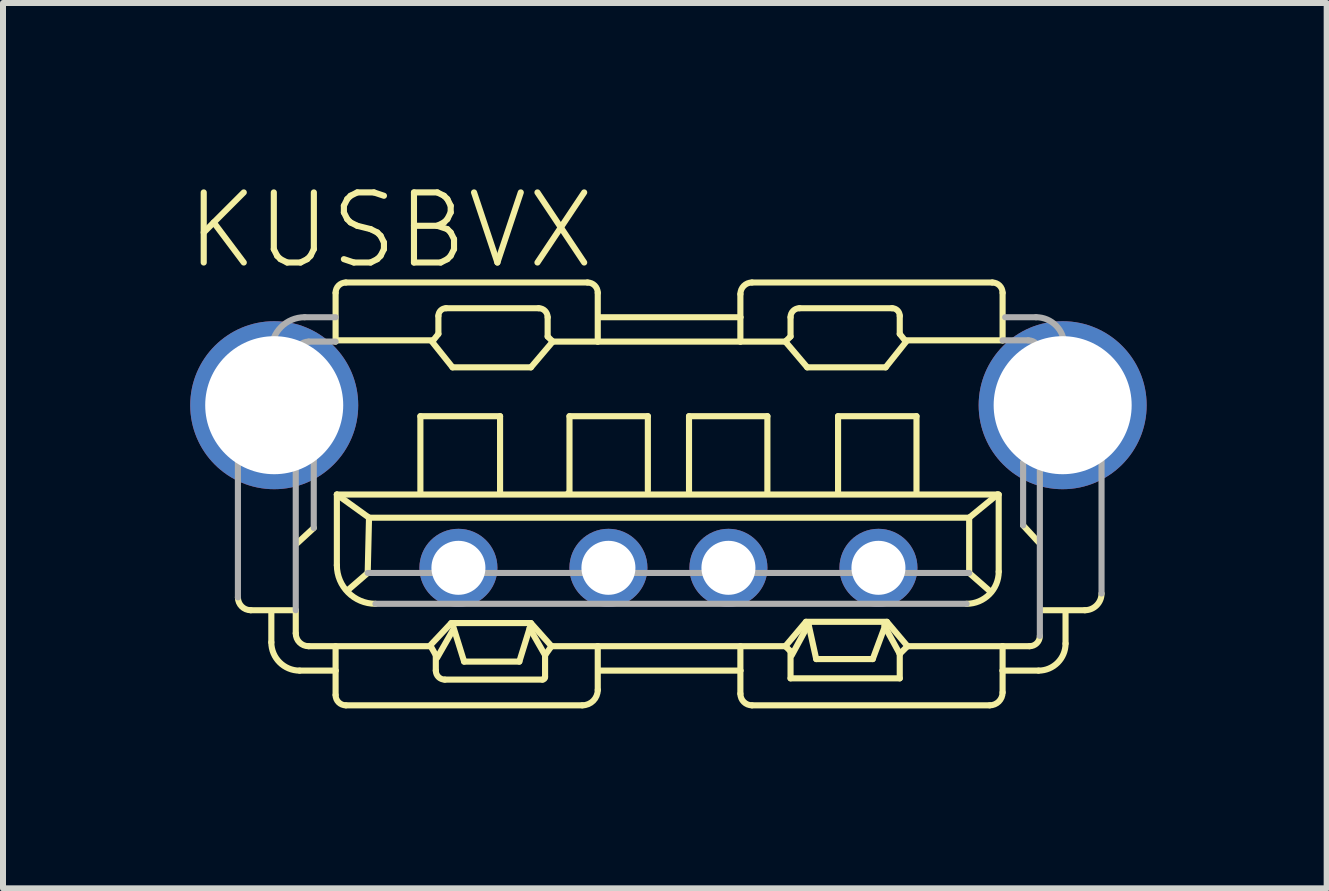
<source format=kicad_pcb>
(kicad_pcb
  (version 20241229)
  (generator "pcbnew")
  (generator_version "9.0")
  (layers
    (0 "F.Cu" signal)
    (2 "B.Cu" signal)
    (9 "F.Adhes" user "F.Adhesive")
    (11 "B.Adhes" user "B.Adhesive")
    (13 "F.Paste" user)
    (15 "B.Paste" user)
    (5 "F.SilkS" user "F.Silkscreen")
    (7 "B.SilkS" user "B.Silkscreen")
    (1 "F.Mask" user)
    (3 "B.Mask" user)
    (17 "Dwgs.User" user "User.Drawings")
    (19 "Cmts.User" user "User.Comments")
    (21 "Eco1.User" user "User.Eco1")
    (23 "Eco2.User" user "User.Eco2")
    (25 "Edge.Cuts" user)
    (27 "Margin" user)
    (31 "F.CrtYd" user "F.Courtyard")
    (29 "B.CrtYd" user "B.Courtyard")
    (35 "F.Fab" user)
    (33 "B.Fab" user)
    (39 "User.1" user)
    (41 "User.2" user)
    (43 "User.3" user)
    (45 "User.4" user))
  (footprint "KUSBVX"
    (layer "F.Cu")
    (at 8.09 6.413)
    (property "Reference" "KUSBVX" (at -8.09 -4.94 0) (layer "F.SilkS") (effects (font (size 1.168 1.168) (thickness 0.102)) (justify left bottom)))
    (fp_line (start -6.961 0.707) (end -6.211 0.707) (stroke (width 0.102) (type solid)) (layer "F.SilkS"))
    (fp_line (start -6.618 1.242) (end -6.618 0.728) (stroke (width 0.102) (type solid)) (layer "F.SilkS"))
    (fp_line (start -6.211 0.707) (end -6.211 1.092) (stroke (width 0.102) (type solid)) (layer "F.SilkS"))
    (fp_line (start -5.997 1.306) (end -3.962 1.306) (stroke (width 0.102) (type solid)) (layer "F.SilkS"))
    (fp_line (start -5.911 -0.664) (end -6.19 -0.407) (stroke (width 0.102) (type solid)) (layer "F.SilkS"))
    (fp_line (start -5.547 -3.791) (end -3.92 -3.791) (stroke (width 0.102) (type solid)) (layer "F.SilkS"))
    (fp_line (start -5.547 -3.77) (end -5.547 -4.583) (stroke (width 0.102) (type solid)) (layer "F.SilkS"))
    (fp_line (start -5.547 1.713) (end -6.147 1.713) (stroke (width 0.102) (type solid)) (layer "F.SilkS"))
    (fp_line (start -5.547 1.713) (end -5.547 1.306) (stroke (width 0.102) (type solid)) (layer "F.SilkS"))
    (fp_line (start -5.547 2.12) (end -5.547 1.713) (stroke (width 0.102) (type solid)) (layer "F.SilkS"))
    (fp_line (start -5.526 -1.221) (end -4.99 -0.835) (stroke (width 0.102) (type solid)) (layer "F.SilkS"))
    (fp_line (start -5.526 -1.221) (end 5.483 -1.221) (stroke (width 0.102) (type solid)) (layer "F.SilkS"))
    (fp_line (start -5.526 -0.043) (end -5.526 -1.221) (stroke (width 0.102) (type solid)) (layer "F.SilkS"))
    (fp_line (start -5.376 -4.755) (end -1.349 -4.755) (stroke (width 0.102) (type solid)) (layer "F.SilkS"))
    (fp_line (start -5.012 0.086) (end -5.333 0.364) (stroke (width 0.102) (type solid)) (layer "F.SilkS"))
    (fp_line (start -4.99 -0.835) (end -5.012 0.086) (stroke (width 0.102) (type solid)) (layer "F.SilkS"))
    (fp_line (start -4.99 -0.835) (end 5.012 -0.835) (stroke (width 0.102) (type solid)) (layer "F.SilkS"))
    (fp_line (start -4.134 -2.527) (end -2.806 -2.527) (stroke (width 0.102) (type solid)) (layer "F.SilkS"))
    (fp_line (start -4.134 -1.264) (end -4.134 -2.527) (stroke (width 0.102) (type solid)) (layer "F.SilkS"))
    (fp_line (start -3.962 1.306) (end -3.962 1.306) (stroke (width 0.102) (type solid)) (layer "F.SilkS"))
    (fp_line (start -3.962 1.306) (end -3.877 1.456) (stroke (width 0.102) (type solid)) (layer "F.SilkS"))
    (fp_line (start -3.962 1.285) (end -3.62 0.921) (stroke (width 0.102) (type solid)) (layer "F.SilkS"))
    (fp_line (start -3.92 -3.791) (end -3.834 -3.898) (stroke (width 0.102) (type solid)) (layer "F.SilkS"))
    (fp_line (start -3.877 1.456) (end -3.877 1.713) (stroke (width 0.102) (type solid)) (layer "F.SilkS"))
    (fp_line (start -3.855 1.499) (end -3.598 1.05) (stroke (width 0.102) (type solid)) (layer "F.SilkS"))
    (fp_line (start -3.834 -3.898) (end -3.834 -4.198) (stroke (width 0.102) (type solid)) (layer "F.SilkS"))
    (fp_line (start -3.727 1.863) (end -2.099 1.863) (stroke (width 0.102) (type solid)) (layer "F.SilkS"))
    (fp_line (start -3.705 -4.326) (end -2.163 -4.326) (stroke (width 0.102) (type solid)) (layer "F.SilkS"))
    (fp_line (start -3.62 0.921) (end -2.292 0.921) (stroke (width 0.102) (type solid)) (layer "F.SilkS"))
    (fp_line (start -3.598 -3.341) (end -3.941 -3.77) (stroke (width 0.102) (type solid)) (layer "F.SilkS"))
    (fp_line (start -3.405 1.563) (end -3.598 0.942) (stroke (width 0.102) (type solid)) (layer "F.SilkS"))
    (fp_line (start -2.806 -2.527) (end -2.806 -1.264) (stroke (width 0.102) (type solid)) (layer "F.SilkS"))
    (fp_line (start -2.485 1.563) (end -3.405 1.563) (stroke (width 0.102) (type solid)) (layer "F.SilkS"))
    (fp_line (start -2.313 1.007) (end -2.485 1.563) (stroke (width 0.102) (type solid)) (layer "F.SilkS"))
    (fp_line (start -2.292 -3.341) (end -3.598 -3.341) (stroke (width 0.102) (type solid)) (layer "F.SilkS"))
    (fp_line (start -2.292 0.921) (end -1.949 1.306) (stroke (width 0.102) (type solid)) (layer "F.SilkS"))
    (fp_line (start -2.056 1.456) (end -2.313 1.007) (stroke (width 0.102) (type solid)) (layer "F.SilkS"))
    (fp_line (start -2.056 1.821) (end -2.056 1.456) (stroke (width 0.102) (type solid)) (layer "F.SilkS"))
    (fp_line (start -2.013 -4.176) (end -2.013 -3.855) (stroke (width 0.102) (type solid)) (layer "F.SilkS"))
    (fp_line (start -1.949 1.306) (end -2.056 1.456) (stroke (width 0.102) (type solid)) (layer "F.SilkS"))
    (fp_line (start -1.928 -3.77) (end -2.292 -3.341) (stroke (width 0.102) (type solid)) (layer "F.SilkS"))
    (fp_line (start -1.928 -3.77) (end -2.013 -3.855) (stroke (width 0.102) (type solid)) (layer "F.SilkS"))
    (fp_line (start -1.671 -1.242) (end -1.649 -1.242) (stroke (width 0.102) (type solid)) (layer "F.SilkS"))
    (fp_line (start -1.649 -2.527) (end -0.343 -2.527) (stroke (width 0.102) (type solid)) (layer "F.SilkS"))
    (fp_line (start -1.649 -1.242) (end -1.649 -2.527) (stroke (width 0.102) (type solid)) (layer "F.SilkS"))
    (fp_line (start -1.435 2.292) (end -5.376 2.292) (stroke (width 0.102) (type solid)) (layer "F.SilkS"))
    (fp_line (start -1.178 -4.583) (end -1.178 -3.77) (stroke (width 0.102) (type solid)) (layer "F.SilkS"))
    (fp_line (start -1.178 -3.77) (end -1.928 -3.77) (stroke (width 0.102) (type solid)) (layer "F.SilkS"))
    (fp_line (start -1.178 -3.77) (end 1.199 -3.77) (stroke (width 0.102) (type solid)) (layer "F.SilkS"))
    (fp_line (start -1.178 1.306) (end -1.949 1.306) (stroke (width 0.102) (type solid)) (layer "F.SilkS"))
    (fp_line (start -1.178 1.306) (end -1.178 2.035) (stroke (width 0.102) (type solid)) (layer "F.SilkS"))
    (fp_line (start -1.178 1.306) (end 1.949 1.306) (stroke (width 0.102) (type solid)) (layer "F.SilkS"))
    (fp_line (start -1.157 -4.176) (end 1.199 -4.176) (stroke (width 0.102) (type solid)) (layer "F.SilkS"))
    (fp_line (start -0.343 -2.527) (end -0.343 -1.285) (stroke (width 0.102) (type solid)) (layer "F.SilkS"))
    (fp_line (start 0.343 -2.527) (end 1.649 -2.527) (stroke (width 0.102) (type solid)) (layer "F.SilkS"))
    (fp_line (start 0.343 -1.264) (end 0.343 -2.527) (stroke (width 0.102) (type solid)) (layer "F.SilkS"))
    (fp_line (start 1.199 -4.176) (end 1.199 -4.562) (stroke (width 0.102) (type solid)) (layer "F.SilkS"))
    (fp_line (start 1.199 -4.176) (end 1.199 -3.77) (stroke (width 0.102) (type solid)) (layer "F.SilkS"))
    (fp_line (start 1.199 -3.77) (end 1.949 -3.77) (stroke (width 0.102) (type solid)) (layer "F.SilkS"))
    (fp_line (start 1.199 1.713) (end -1.157 1.713) (stroke (width 0.102) (type solid)) (layer "F.SilkS"))
    (fp_line (start 1.199 1.713) (end 1.199 1.306) (stroke (width 0.102) (type solid)) (layer "F.SilkS"))
    (fp_line (start 1.199 2.099) (end 1.199 1.713) (stroke (width 0.102) (type solid)) (layer "F.SilkS"))
    (fp_line (start 1.392 -4.755) (end 5.397 -4.755) (stroke (width 0.102) (type solid)) (layer "F.SilkS"))
    (fp_line (start 1.649 -2.527) (end 1.649 -1.242) (stroke (width 0.102) (type solid)) (layer "F.SilkS"))
    (fp_line (start 1.949 -3.77) (end 2.035 -3.855) (stroke (width 0.102) (type solid)) (layer "F.SilkS"))
    (fp_line (start 1.949 -3.77) (end 2.313 -3.341) (stroke (width 0.102) (type solid)) (layer "F.SilkS"))
    (fp_line (start 1.949 1.306) (end 2.292 0.9) (stroke (width 0.102) (type solid)) (layer "F.SilkS"))
    (fp_line (start 2.035 -4.176) (end 2.035 -3.855) (stroke (width 0.102) (type solid)) (layer "F.SilkS"))
    (fp_line (start 2.035 1.392) (end 1.949 1.306) (stroke (width 0.102) (type solid)) (layer "F.SilkS"))
    (fp_line (start 2.035 1.842) (end 2.035 1.392) (stroke (width 0.102) (type solid)) (layer "F.SilkS"))
    (fp_line (start 2.292 0.9) (end 3.641 0.9) (stroke (width 0.102) (type solid)) (layer "F.SilkS"))
    (fp_line (start 2.313 -3.341) (end 3.62 -3.341) (stroke (width 0.102) (type solid)) (layer "F.SilkS"))
    (fp_line (start 2.335 0.942) (end 2.056 1.456) (stroke (width 0.102) (type solid)) (layer "F.SilkS"))
    (fp_line (start 2.335 0.942) (end 2.463 1.521) (stroke (width 0.102) (type solid)) (layer "F.SilkS"))
    (fp_line (start 2.463 1.521) (end 3.405 1.521) (stroke (width 0.102) (type solid)) (layer "F.SilkS"))
    (fp_line (start 2.827 -2.527) (end 4.134 -2.527) (stroke (width 0.102) (type solid)) (layer "F.SilkS"))
    (fp_line (start 2.827 -1.242) (end 2.827 -2.527) (stroke (width 0.102) (type solid)) (layer "F.SilkS"))
    (fp_line (start 3.405 1.521) (end 3.62 0.942) (stroke (width 0.102) (type solid)) (layer "F.SilkS"))
    (fp_line (start 3.598 0.964) (end 3.855 1.435) (stroke (width 0.102) (type solid)) (layer "F.SilkS"))
    (fp_line (start 3.62 -3.341) (end 3.962 -3.77) (stroke (width 0.102) (type solid)) (layer "F.SilkS"))
    (fp_line (start 3.641 0.9) (end 3.984 1.306) (stroke (width 0.102) (type solid)) (layer "F.SilkS"))
    (fp_line (start 3.727 -4.326) (end 2.185 -4.326) (stroke (width 0.102) (type solid)) (layer "F.SilkS"))
    (fp_line (start 3.855 -3.898) (end 3.855 -4.198) (stroke (width 0.102) (type solid)) (layer "F.SilkS"))
    (fp_line (start 3.855 1.435) (end 3.855 1.842) (stroke (width 0.102) (type solid)) (layer "F.SilkS"))
    (fp_line (start 3.855 1.842) (end 2.035 1.842) (stroke (width 0.102) (type solid)) (layer "F.SilkS"))
    (fp_line (start 3.941 -3.791) (end 3.855 -3.898) (stroke (width 0.102) (type solid)) (layer "F.SilkS"))
    (fp_line (start 3.984 1.306) (end 3.855 1.435) (stroke (width 0.102) (type solid)) (layer "F.SilkS"))
    (fp_line (start 4.134 -2.527) (end 4.134 -1.242) (stroke (width 0.102) (type solid)) (layer "F.SilkS"))
    (fp_line (start 5.012 -0.835) (end 5.012 0.086) (stroke (width 0.102) (type solid)) (layer "F.SilkS"))
    (fp_line (start 5.012 -0.835) (end 5.483 -1.221) (stroke (width 0.102) (type solid)) (layer "F.SilkS"))
    (fp_line (start 5.012 0.086) (end 5.354 0.386) (stroke (width 0.102) (type solid)) (layer "F.SilkS"))
    (fp_line (start 5.354 2.292) (end 1.392 2.292) (stroke (width 0.102) (type solid)) (layer "F.SilkS"))
    (fp_line (start 5.483 -1.221) (end 5.504 -1.221) (stroke (width 0.102) (type solid)) (layer "F.SilkS"))
    (fp_line (start 5.504 -1.221) (end 5.504 0.064) (stroke (width 0.102) (type solid)) (layer "F.SilkS"))
    (fp_line (start 5.569 -4.583) (end 5.569 -3.791) (stroke (width 0.102) (type solid)) (layer "F.SilkS"))
    (fp_line (start 5.569 -3.791) (end 3.941 -3.791) (stroke (width 0.102) (type solid)) (layer "F.SilkS"))
    (fp_line (start 5.569 1.306) (end 3.984 1.306) (stroke (width 0.102) (type solid)) (layer "F.SilkS"))
    (fp_line (start 5.569 1.306) (end 5.569 1.713) (stroke (width 0.102) (type solid)) (layer "F.SilkS"))
    (fp_line (start 5.569 1.713) (end 5.569 2.078) (stroke (width 0.102) (type solid)) (layer "F.SilkS"))
    (fp_line (start 5.569 1.713) (end 6.168 1.713) (stroke (width 0.102) (type solid)) (layer "F.SilkS"))
    (fp_line (start 6.019 1.306) (end 5.569 1.306) (stroke (width 0.102) (type solid)) (layer "F.SilkS"))
    (fp_line (start 6.168 -0.428) (end 5.911 -0.707) (stroke (width 0.102) (type solid)) (layer "F.SilkS"))
    (fp_line (start 6.211 0.707) (end 6.939 0.707) (stroke (width 0.102) (type solid)) (layer "F.SilkS"))
    (fp_line (start 6.618 1.264) (end 6.618 0.728) (stroke (width 0.102) (type solid)) (layer "F.SilkS"))
    (fp_arc (start -6.9608 0.7068) (mid -7.112262 0.644062) (end -7.175 0.4926) (stroke (width 0.1016) (type solid)) (layer "F.SilkS"))
    (fp_arc (start -6.147 1.7134) (mid -6.480189 1.575389) (end -6.6182 1.2422) (stroke (width 0.1016) (type solid)) (layer "F.SilkS"))
    (fp_arc (start -5.997 1.3065) (mid -6.148462 1.243762) (end -6.2112 1.0923) (stroke (width 0.1016) (type solid)) (layer "F.SilkS"))
    (fp_arc (start -5.5473 -4.5835) (mid -5.497127 -4.704627) (end -5.376 -4.7548) (stroke (width 0.1016) (type solid)) (layer "F.SilkS"))
    (fp_arc (start -5.3759 2.2917) (mid -5.497098 2.241498) (end -5.5473 2.1203) (stroke (width 0.1016) (type solid)) (layer "F.SilkS"))
    (fp_arc (start -4.8833 0.5997) (mid -5.337616 0.411516) (end -5.5258 -0.0428) (stroke (width 0.1016) (type solid)) (layer "F.SilkS"))
    (fp_arc (start -3.8338 -4.1979) (mid -3.796163 -4.288763) (end -3.7053 -4.3264) (stroke (width 0.1016) (type solid)) (layer "F.SilkS"))
    (fp_arc (start -3.7267 1.8634) (mid -3.832766 1.819466) (end -3.8767 1.7134) (stroke (width 0.1016) (type solid)) (layer "F.SilkS"))
    (fp_arc (start -2.1632 -4.3264) (mid -2.057205 -4.282495) (end -2.0133 -4.1765) (stroke (width 0.1016) (type solid)) (layer "F.SilkS"))
    (fp_arc (start -2.0561 1.8205) (mid -2.068665 1.850835) (end -2.099 1.8634) (stroke (width 0.1016) (type solid)) (layer "F.SilkS"))
    (fp_arc (start -1.3493 -4.7548) (mid -1.228173 -4.704627) (end -1.178 -4.5835) (stroke (width 0.1016) (type solid)) (layer "F.SilkS"))
    (fp_arc (start -1.178 2.0347) (mid -1.253274 2.216426) (end -1.435 2.2917) (stroke (width 0.1016) (type solid)) (layer "F.SilkS"))
    (fp_arc (start 1.1994 -4.562) (mid 1.25587 -4.69833) (end 1.3922 -4.7548) (stroke (width 0.1016) (type solid)) (layer "F.SilkS"))
    (fp_arc (start 1.3922 2.2917) (mid 1.25587 2.23523) (end 1.1994 2.0989) (stroke (width 0.1016) (type solid)) (layer "F.SilkS"))
    (fp_arc (start 2.0347 -4.1765) (mid 2.078605 -4.282495) (end 2.1846 -4.3264) (stroke (width 0.1016) (type solid)) (layer "F.SilkS"))
    (fp_arc (start 3.7267 -4.3264) (mid 3.817563 -4.288763) (end 3.8552 -4.1979) (stroke (width 0.1016) (type solid)) (layer "F.SilkS"))
    (fp_arc (start 5.3973 -4.7548) (mid 5.518498 -4.704598) (end 5.5687 -4.5834) (stroke (width 0.1016) (type solid)) (layer "F.SilkS"))
    (fp_arc (start 5.5044 0.0643) (mid 5.347584 0.442885) (end 4.968999 0.599699) (stroke (width 0.1016) (type solid)) (layer "F.SilkS"))
    (fp_arc (start 5.5687 2.0775) (mid 5.505962 2.228962) (end 5.3545 2.2917) (stroke (width 0.1016) (type solid)) (layer "F.SilkS"))
    (fp_arc (start 6.1898 1.1352) (mid 6.139627 1.256327) (end 6.0185 1.3065) (stroke (width 0.1016) (type solid)) (layer "F.SilkS"))
    (fp_arc (start 6.6182 1.2636) (mid 6.486457 1.581657) (end 6.1684 1.7134) (stroke (width 0.1016) (type solid)) (layer "F.SilkS"))
    (fp_arc (start 7.2179 0.4283) (mid 7.136329 0.625229) (end 6.9394 0.7068) (stroke (width 0.1016) (type solid)) (layer "F.SilkS"))
    (fp_line (start -7.175 -2.956) (end -7.175 0.493) (stroke (width 0.102) (type solid)) (layer "F.Fab"))
    (fp_line (start -6.618 -3.148) (end -6.618 -3.62) (stroke (width 0.102) (type solid)) (layer "F.Fab"))
    (fp_line (start -6.211 -3.148) (end -6.982 -3.148) (stroke (width 0.102) (type solid)) (layer "F.Fab"))
    (fp_line (start -6.211 -2.078) (end -6.211 -3.555) (stroke (width 0.102) (type solid)) (layer "F.Fab"))
    (fp_line (start -6.211 -2.078) (end -5.911 -1.799) (stroke (width 0.102) (type solid)) (layer "F.Fab"))
    (fp_line (start -6.211 0.707) (end -6.211 -2.078) (stroke (width 0.102) (type solid)) (layer "F.Fab"))
    (fp_line (start -6.061 -4.176) (end -5.547 -4.176) (stroke (width 0.102) (type solid)) (layer "F.Fab"))
    (fp_line (start -5.997 -3.77) (end -5.547 -3.77) (stroke (width 0.102) (type solid)) (layer "F.Fab"))
    (fp_line (start -5.911 -1.799) (end -5.911 -0.664) (stroke (width 0.102) (type solid)) (layer "F.Fab"))
    (fp_line (start 4.969 0.6) (end -4.883 0.6) (stroke (width 0.102) (type solid)) (layer "F.Fab"))
    (fp_line (start 5.012 0.086) (end -5.012 0.086) (stroke (width 0.102) (type solid)) (layer "F.Fab"))
    (fp_line (start 5.569 -3.791) (end 5.997 -3.791) (stroke (width 0.102) (type solid)) (layer "F.Fab"))
    (fp_line (start 5.911 -1.756) (end 6.168 -2.013) (stroke (width 0.102) (type solid)) (layer "F.Fab"))
    (fp_line (start 5.911 -0.707) (end 5.911 -1.756) (stroke (width 0.102) (type solid)) (layer "F.Fab"))
    (fp_line (start 6.125 -4.176) (end 5.612 -4.176) (stroke (width 0.102) (type solid)) (layer "F.Fab"))
    (fp_line (start 6.19 -3.598) (end 6.19 1.135) (stroke (width 0.102) (type solid)) (layer "F.Fab"))
    (fp_line (start 6.597 -3.17) (end 6.597 -3.705) (stroke (width 0.102) (type solid)) (layer "F.Fab"))
    (fp_line (start 7.004 -3.148) (end 6.211 -3.148) (stroke (width 0.102) (type solid)) (layer "F.Fab"))
    (fp_line (start 7.218 0.428) (end 7.218 -2.934) (stroke (width 0.102) (type solid)) (layer "F.Fab"))
    (fp_arc (start -7.175 -2.9557) (mid -7.118559 -3.091959) (end -6.9823 -3.1484) (stroke (width 0.1016) (type solid)) (layer "F.Fab"))
    (fp_arc (start -6.6182 -3.6196) (mid -6.455088 -4.013388) (end -6.0613 -4.1765) (stroke (width 0.1016) (type solid)) (layer "F.Fab"))
    (fp_arc (start -6.2112 -3.5554) (mid -6.148462 -3.706862) (end -5.997 -3.7696) (stroke (width 0.1016) (type solid)) (layer "F.Fab"))
    (fp_arc (start 5.997 -3.791) (mid 6.13333 -3.73453) (end 6.1898 -3.5982) (stroke (width 0.1016) (type solid)) (layer "F.Fab"))
    (fp_arc (start 6.1255 -4.1765) (mid 6.458689 -4.038489) (end 6.5967 -3.7053) (stroke (width 0.1016) (type solid)) (layer "F.Fab"))
    (fp_arc (start 7.0038 -3.1484) (mid 7.155192 -3.085692) (end 7.2179 -2.9343) (stroke (width 0.1016) (type solid)) (layer "F.Fab"))
    (pad "1" thru_hole circle (at 3.5 0) (size 1.3 1.3) (drill 0.9) (layers "*.Cu" "*.Mask"))
    (pad "2" thru_hole circle (at 1 0) (size 1.3 1.3) (drill 0.9) (layers "*.Cu" "*.Mask"))
    (pad "3" thru_hole circle (at -1 0) (size 1.3 1.3) (drill 0.9) (layers "*.Cu" "*.Mask"))
    (pad "4" thru_hole circle (at -3.5 0) (size 1.3 1.3) (drill 0.9) (layers "*.Cu" "*.Mask"))
    (pad "M1" thru_hole circle (at -6.57 -2.71) (size 2.8 2.8) (drill 2.3) (layers "*.Cu" "*.Mask"))
    (pad "M2" thru_hole circle (at 6.57 -2.71) (size 2.8 2.8) (drill 2.3) (layers "*.Cu" "*.Mask")))
  (gr_rect
    (start -3 -3)
    (end 19.06 11.755)
    (stroke (width 0.1) (type default))
    (fill no)
    (layer "Edge.Cuts")))
</source>
